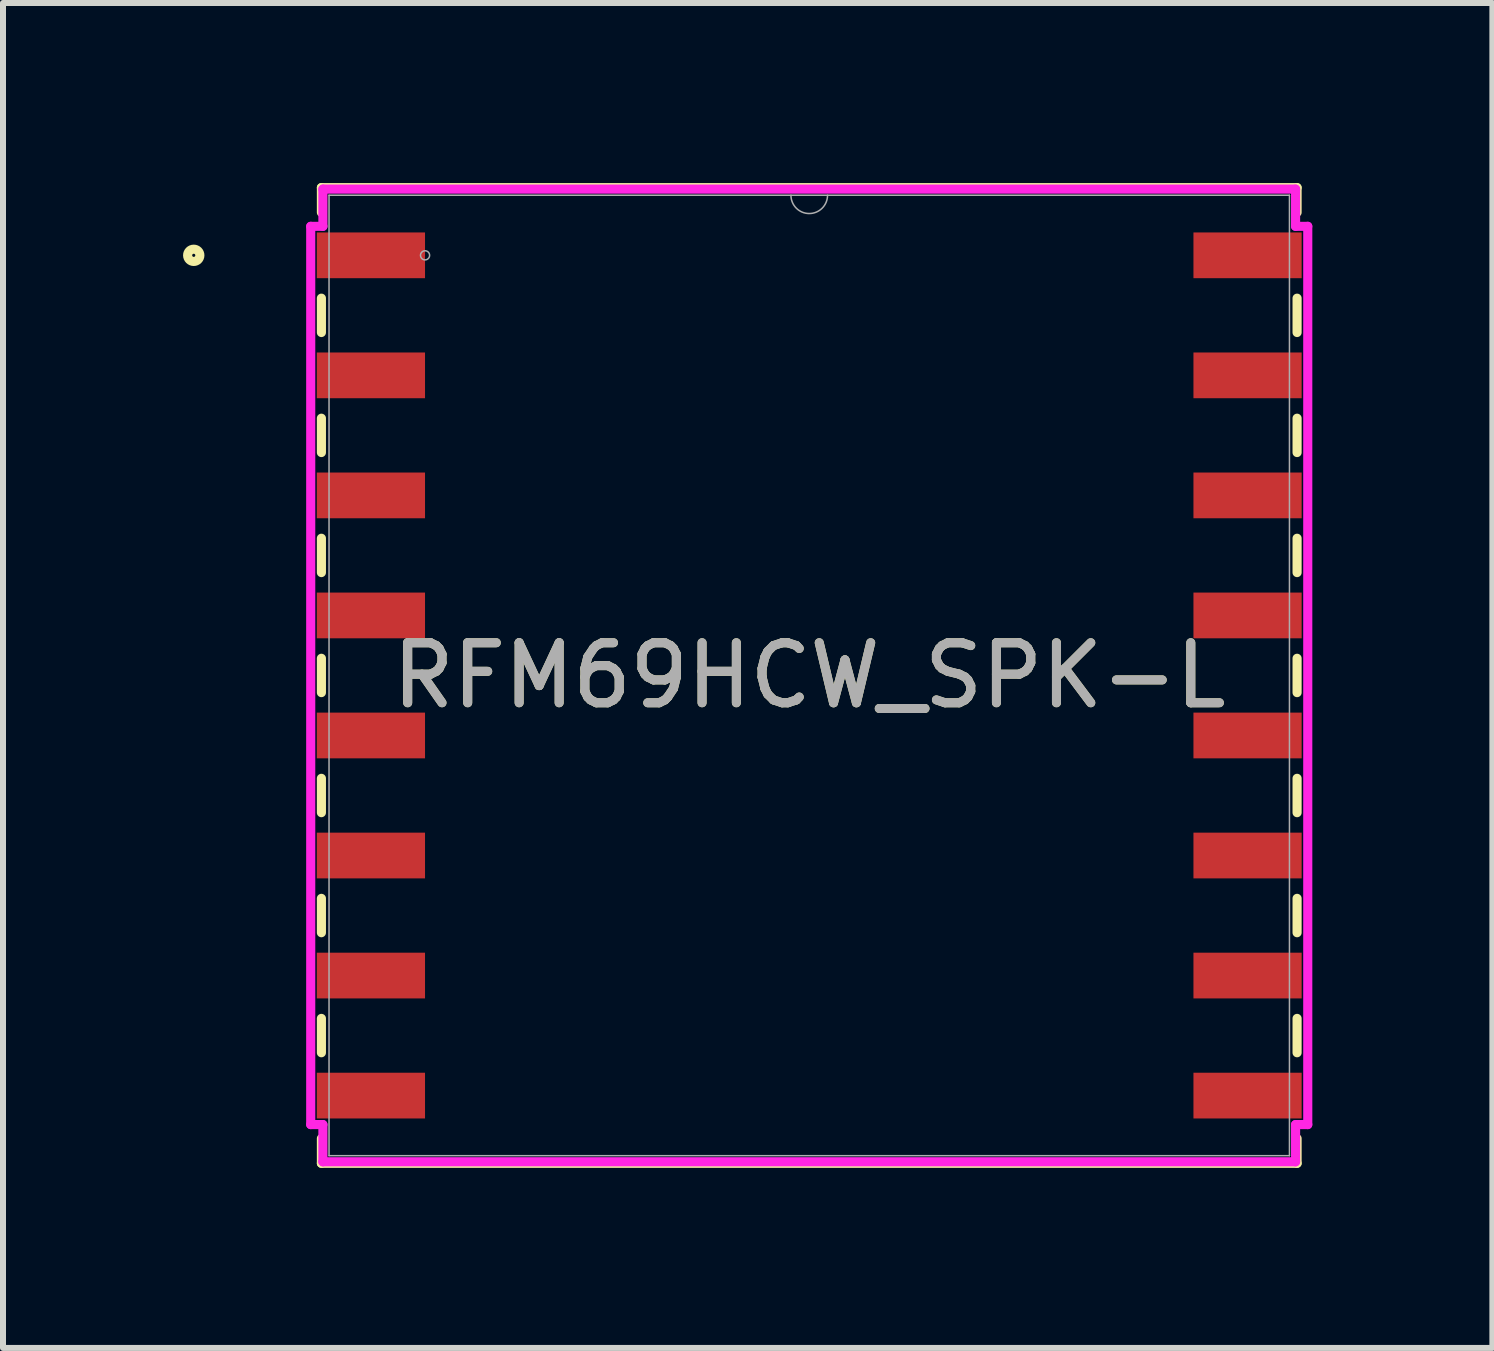
<source format=kicad_pcb>
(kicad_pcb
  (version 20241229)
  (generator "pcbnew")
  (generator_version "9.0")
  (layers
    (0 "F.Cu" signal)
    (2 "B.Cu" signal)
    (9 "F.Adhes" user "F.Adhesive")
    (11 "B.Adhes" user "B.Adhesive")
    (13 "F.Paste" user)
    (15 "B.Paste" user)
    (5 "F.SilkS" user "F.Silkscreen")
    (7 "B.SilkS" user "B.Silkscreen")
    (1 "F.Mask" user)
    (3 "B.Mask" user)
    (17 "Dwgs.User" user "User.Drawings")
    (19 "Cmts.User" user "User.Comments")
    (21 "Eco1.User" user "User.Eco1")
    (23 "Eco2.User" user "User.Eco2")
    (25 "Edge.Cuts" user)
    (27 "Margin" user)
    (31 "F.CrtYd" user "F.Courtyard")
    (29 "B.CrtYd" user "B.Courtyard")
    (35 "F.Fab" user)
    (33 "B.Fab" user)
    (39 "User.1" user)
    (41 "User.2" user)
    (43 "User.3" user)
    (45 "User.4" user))
  (footprint "RFM69HCW_SPK-L"
    (layer "F.Cu")
    (at 10.433 8.204)
    (property "Reference" "RFM69HCW_SPK-L" (at 0 0 0) (unlocked yes) (layer "F.SilkS") (effects (font (size 1 1) (thickness 0.15))))
    (attr smd)
    (fp_line (start -8.128 -8.128) (end -8.128 -7.714) (stroke (width 0.152) (type solid)) (layer "F.SilkS"))
    (fp_line (start -8.128 -6.286) (end -8.128 -5.714) (stroke (width 0.152) (type solid)) (layer "F.SilkS"))
    (fp_line (start -8.128 -4.286) (end -8.128 -3.714) (stroke (width 0.152) (type solid)) (layer "F.SilkS"))
    (fp_line (start -8.128 -2.286) (end -8.128 -1.714) (stroke (width 0.152) (type solid)) (layer "F.SilkS"))
    (fp_line (start -8.128 -0.286) (end -8.128 0.286) (stroke (width 0.152) (type solid)) (layer "F.SilkS"))
    (fp_line (start -8.128 1.714) (end -8.128 2.286) (stroke (width 0.152) (type solid)) (layer "F.SilkS"))
    (fp_line (start -8.128 3.714) (end -8.128 4.286) (stroke (width 0.152) (type solid)) (layer "F.SilkS"))
    (fp_line (start -8.128 5.714) (end -8.128 6.286) (stroke (width 0.152) (type solid)) (layer "F.SilkS"))
    (fp_line (start -8.128 7.714) (end -8.128 8.128) (stroke (width 0.152) (type solid)) (layer "F.SilkS"))
    (fp_line (start -8.128 8.128) (end 8.128 8.128) (stroke (width 0.152) (type solid)) (layer "F.SilkS"))
    (fp_line (start 8.128 -8.128) (end -8.128 -8.128) (stroke (width 0.152) (type solid)) (layer "F.SilkS"))
    (fp_line (start 8.128 -7.714) (end 8.128 -8.128) (stroke (width 0.152) (type solid)) (layer "F.SilkS"))
    (fp_line (start 8.128 -5.714) (end 8.128 -6.286) (stroke (width 0.152) (type solid)) (layer "F.SilkS"))
    (fp_line (start 8.128 -3.714) (end 8.128 -4.286) (stroke (width 0.152) (type solid)) (layer "F.SilkS"))
    (fp_line (start 8.128 -1.714) (end 8.128 -2.286) (stroke (width 0.152) (type solid)) (layer "F.SilkS"))
    (fp_line (start 8.128 0.286) (end 8.128 -0.286) (stroke (width 0.152) (type solid)) (layer "F.SilkS"))
    (fp_line (start 8.128 2.286) (end 8.128 1.714) (stroke (width 0.152) (type solid)) (layer "F.SilkS"))
    (fp_line (start 8.128 4.286) (end 8.128 3.714) (stroke (width 0.152) (type solid)) (layer "F.SilkS"))
    (fp_line (start 8.128 6.286) (end 8.128 5.714) (stroke (width 0.152) (type solid)) (layer "F.SilkS"))
    (fp_line (start 8.128 8.128) (end 8.128 7.714) (stroke (width 0.152) (type solid)) (layer "F.SilkS"))
    (fp_circle (center -10.255 -7) (end -10.153 -7) (stroke (width 0.152) (type solid)) (fill no) (layer "F.SilkS"))
    (fp_line (start -8.306 -7.483) (end -8.103 -7.483) (stroke (width 0.152) (type solid)) (layer "F.CrtYd"))
    (fp_line (start -8.306 7.483) (end -8.306 -7.483) (stroke (width 0.152) (type solid)) (layer "F.CrtYd"))
    (fp_line (start -8.306 7.483) (end -8.103 7.483) (stroke (width 0.152) (type solid)) (layer "F.CrtYd"))
    (fp_line (start -8.103 -8.103) (end 8.103 -8.103) (stroke (width 0.152) (type solid)) (layer "F.CrtYd"))
    (fp_line (start -8.103 -7.483) (end -8.103 -8.103) (stroke (width 0.152) (type solid)) (layer "F.CrtYd"))
    (fp_line (start -8.103 8.103) (end -8.103 7.483) (stroke (width 0.152) (type solid)) (layer "F.CrtYd"))
    (fp_line (start 8.103 -8.103) (end 8.103 -7.483) (stroke (width 0.152) (type solid)) (layer "F.CrtYd"))
    (fp_line (start 8.103 7.483) (end 8.103 8.103) (stroke (width 0.152) (type solid)) (layer "F.CrtYd"))
    (fp_line (start 8.103 8.103) (end -8.103 8.103) (stroke (width 0.152) (type solid)) (layer "F.CrtYd"))
    (fp_line (start 8.306 -7.483) (end 8.103 -7.483) (stroke (width 0.152) (type solid)) (layer "F.CrtYd"))
    (fp_line (start 8.306 -7.483) (end 8.306 7.483) (stroke (width 0.152) (type solid)) (layer "F.CrtYd"))
    (fp_line (start 8.306 7.483) (end 8.103 7.483) (stroke (width 0.152) (type solid)) (layer "F.CrtYd"))
    (fp_line (start -8.001 -8.001) (end -8.001 8.001) (stroke (width 0.025) (type solid)) (layer "F.Fab"))
    (fp_line (start -8.001 8.001) (end 8.001 8.001) (stroke (width 0.025) (type solid)) (layer "F.Fab"))
    (fp_line (start 8.001 -8.001) (end -8.001 -8.001) (stroke (width 0.025) (type solid)) (layer "F.Fab"))
    (fp_line (start 8.001 8.001) (end 8.001 -8.001) (stroke (width 0.025) (type solid)) (layer "F.Fab"))
    (fp_arc (start 0.3048 -8.001) (mid 0 -7.6962) (end -0.3048 -8.001) (stroke (width 0.0254) (type solid)) (layer "F.Fab"))
    (fp_circle (center -6.401 -7) (end -6.325 -7) (stroke (width 0.025) (type solid)) (fill no) (layer "F.Fab"))
    (fp_text user "${REFERENCE}" (at 0 0 0) (unlocked yes) (layer "F.Fab") (effects (font (size 1 1) (thickness 0.15))))
    (pad "1" smd rect (at -7.303 -7) (size 1.803 0.762) (layers "F.Cu" "F.Mask" "F.Paste"))
    (pad "2" smd rect (at -7.303 -5) (size 1.803 0.762) (layers "F.Cu" "F.Mask" "F.Paste"))
    (pad "3" smd rect (at -7.303 -3) (size 1.803 0.762) (layers "F.Cu" "F.Mask" "F.Paste"))
    (pad "4" smd rect (at -7.303 -1) (size 1.803 0.762) (layers "F.Cu" "F.Mask" "F.Paste"))
    (pad "5" smd rect (at -7.303 1) (size 1.803 0.762) (layers "F.Cu" "F.Mask" "F.Paste"))
    (pad "6" smd rect (at -7.303 3) (size 1.803 0.762) (layers "F.Cu" "F.Mask" "F.Paste"))
    (pad "7" smd rect (at -7.303 5) (size 1.803 0.762) (layers "F.Cu" "F.Mask" "F.Paste"))
    (pad "8" smd rect (at -7.303 7) (size 1.803 0.762) (layers "F.Cu" "F.Mask" "F.Paste"))
    (pad "9" smd rect (at 7.303 7) (size 1.803 0.762) (layers "F.Cu" "F.Mask" "F.Paste"))
    (pad "10" smd rect (at 7.303 5) (size 1.803 0.762) (layers "F.Cu" "F.Mask" "F.Paste"))
    (pad "11" smd rect (at 7.303 3) (size 1.803 0.762) (layers "F.Cu" "F.Mask" "F.Paste"))
    (pad "12" smd rect (at 7.303 1) (size 1.803 0.762) (layers "F.Cu" "F.Mask" "F.Paste"))
    (pad "13" smd rect (at 7.303 -1) (size 1.803 0.762) (layers "F.Cu" "F.Mask" "F.Paste"))
    (pad "14" smd rect (at 7.303 -3) (size 1.803 0.762) (layers "F.Cu" "F.Mask" "F.Paste"))
    (pad "15" smd rect (at 7.303 -5) (size 1.803 0.762) (layers "F.Cu" "F.Mask" "F.Paste"))
    (pad "16" smd rect (at 7.303 -7) (size 1.803 0.762) (layers "F.Cu" "F.Mask" "F.Paste")))
  (gr_rect
    (start -3 -3)
    (end 21.815 19.408)
    (stroke (width 0.1) (type default))
    (fill no)
    (layer "Edge.Cuts")))
</source>
